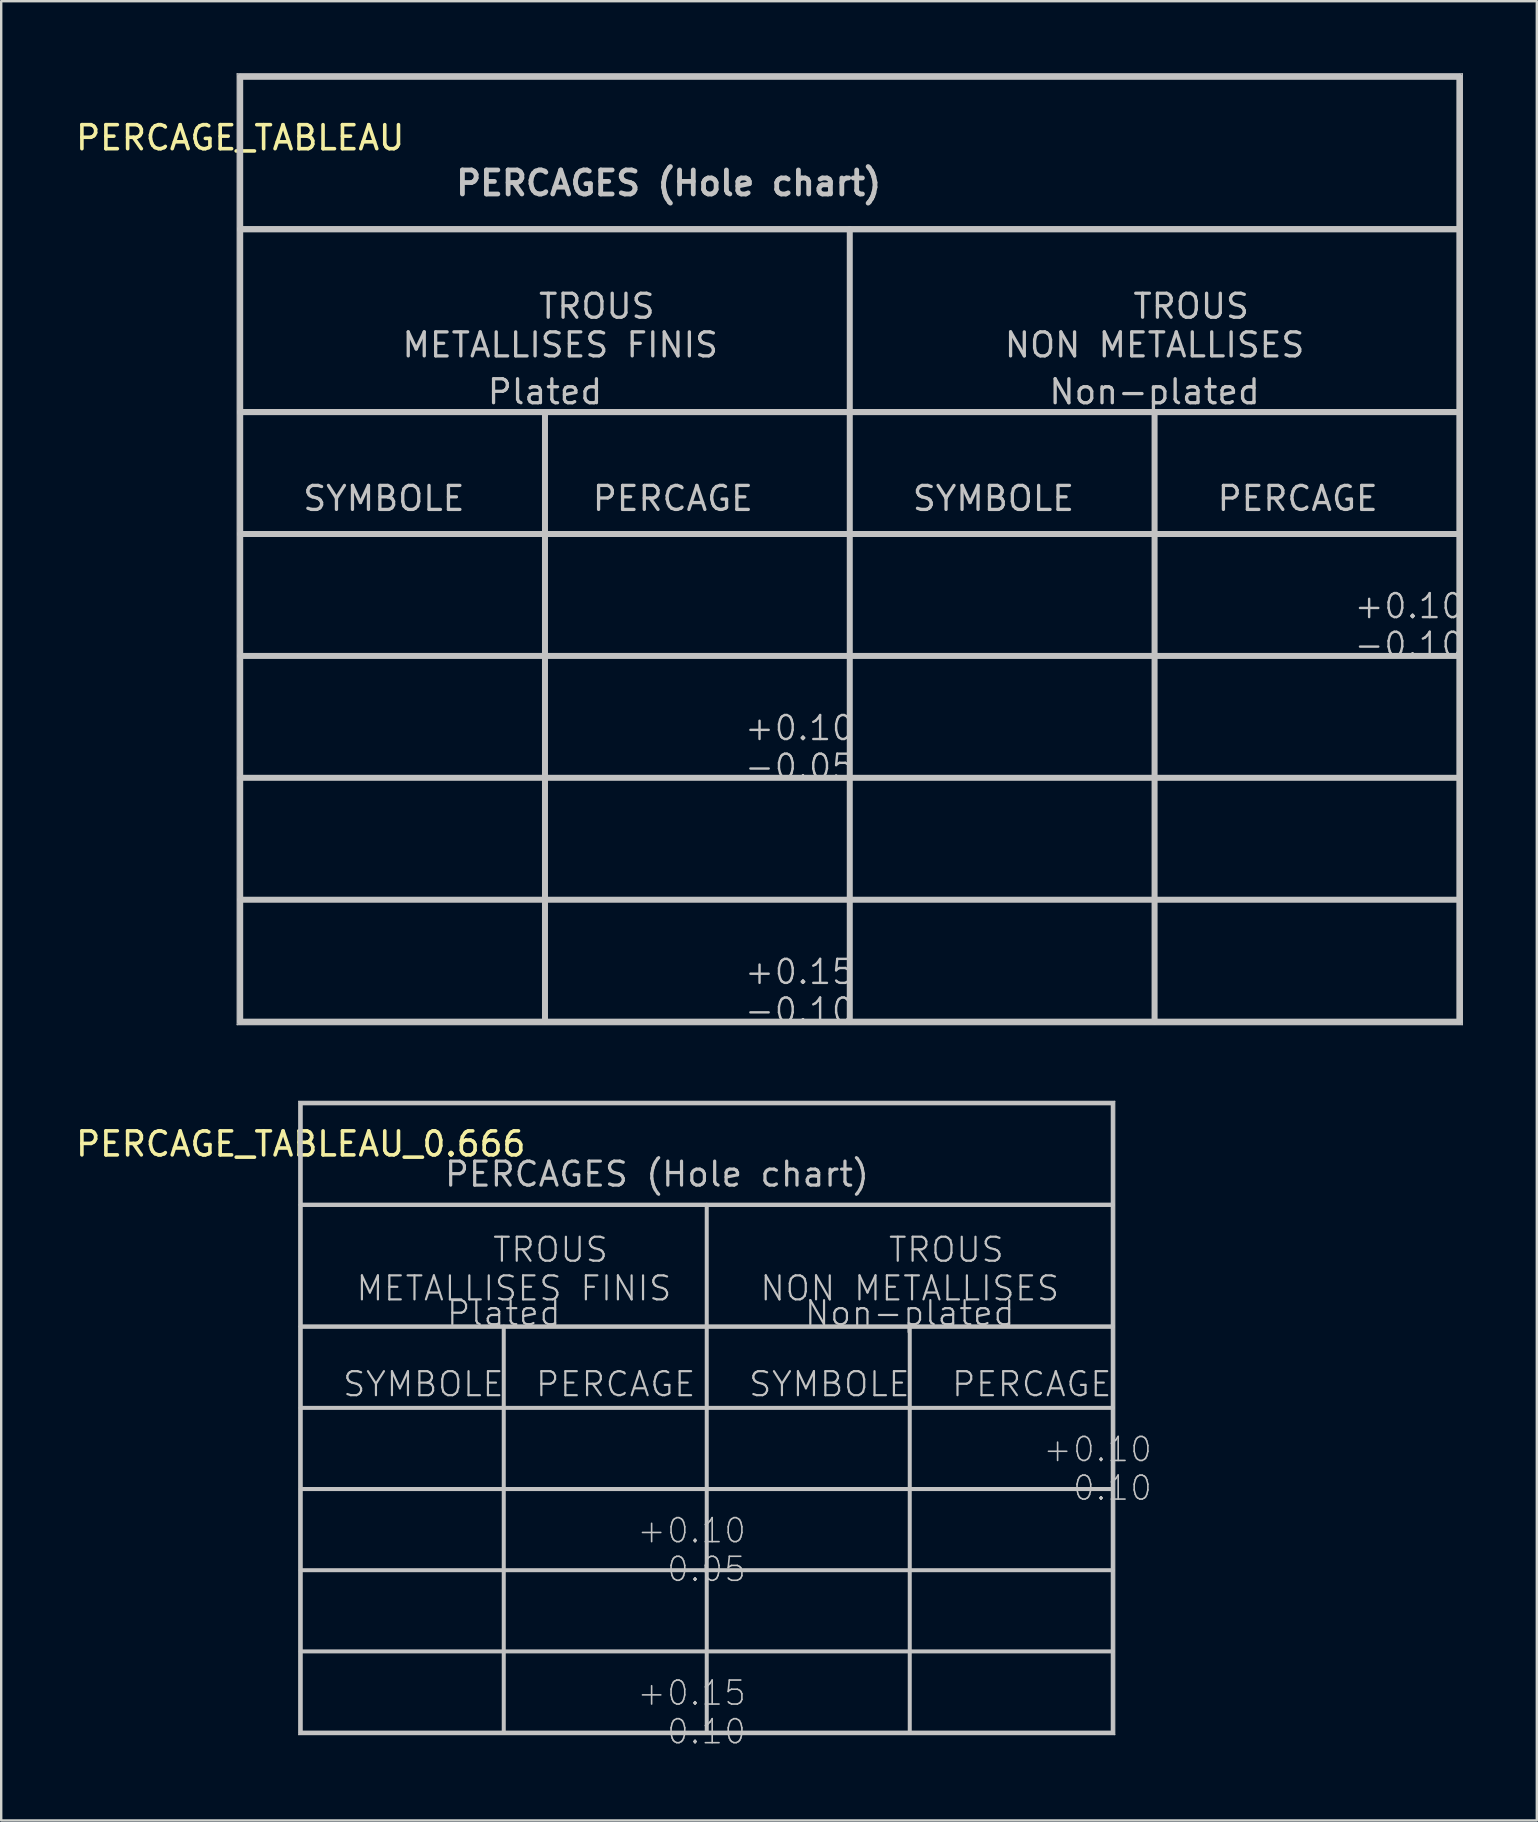
<source format=kicad_pcb>
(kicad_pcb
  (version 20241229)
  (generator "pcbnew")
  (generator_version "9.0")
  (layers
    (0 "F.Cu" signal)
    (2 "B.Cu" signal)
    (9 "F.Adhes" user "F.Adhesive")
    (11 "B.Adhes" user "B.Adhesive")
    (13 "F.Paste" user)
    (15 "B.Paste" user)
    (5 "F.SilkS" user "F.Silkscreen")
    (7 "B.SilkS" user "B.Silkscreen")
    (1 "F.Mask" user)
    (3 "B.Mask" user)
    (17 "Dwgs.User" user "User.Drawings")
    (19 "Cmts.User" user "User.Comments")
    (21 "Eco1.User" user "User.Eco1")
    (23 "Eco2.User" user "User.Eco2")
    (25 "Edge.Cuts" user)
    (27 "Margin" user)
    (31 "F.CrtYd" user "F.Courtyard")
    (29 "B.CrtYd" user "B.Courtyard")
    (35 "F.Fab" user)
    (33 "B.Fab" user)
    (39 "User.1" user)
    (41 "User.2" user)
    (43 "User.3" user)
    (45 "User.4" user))
  (footprint "PERCAGE_TABLEAU"
    (placed yes)
    (layer "F.Cu")
    (at 6.958 2.69)
    (property "Reference" "PERCAGE_TABLEAU" (at 0 0 0) (layer "F.SilkS") (effects (font (size 1 1) (thickness 0.15))))
    (attr through_hole)
    (fp_line (start -0.125 -2.665) (end 50.925 -2.665) (stroke (width 0.05) (type solid)) (layer "Dwgs.User"))
    (fp_line (start -0.125 36.955) (end -0.125 -2.665) (stroke (width 0.05) (type solid)) (layer "Dwgs.User"))
    (fp_line (start 0 -2.54) (end 0 3.81) (stroke (width 0.25) (type solid)) (layer "Dwgs.User"))
    (fp_line (start 0 3.81) (end 0 11.43) (stroke (width 0.25) (type solid)) (layer "Dwgs.User"))
    (fp_line (start 0 3.81) (end 50.8 3.81) (stroke (width 0.25) (type solid)) (layer "Dwgs.User"))
    (fp_line (start 0 11.43) (end 0 16.51) (stroke (width 0.25) (type solid)) (layer "Dwgs.User"))
    (fp_line (start 0 11.43) (end 50.8 11.43) (stroke (width 0.25) (type solid)) (layer "Dwgs.User"))
    (fp_line (start 0 16.51) (end 0 36.83) (stroke (width 0.25) (type solid)) (layer "Dwgs.User"))
    (fp_line (start 0 16.51) (end 50.8 16.51) (stroke (width 0.25) (type solid)) (layer "Dwgs.User"))
    (fp_line (start 0 21.59) (end 50.8 21.59) (stroke (width 0.25) (type solid)) (layer "Dwgs.User"))
    (fp_line (start 0 26.67) (end 50.8 26.67) (stroke (width 0.25) (type solid)) (layer "Dwgs.User"))
    (fp_line (start 0 31.75) (end 50.8 31.75) (stroke (width 0.25) (type solid)) (layer "Dwgs.User"))
    (fp_line (start 0 36.83) (end 50.8 36.83) (stroke (width 0.25) (type solid)) (layer "Dwgs.User"))
    (fp_line (start 12.7 11.43) (end 12.7 16.51) (stroke (width 0.25) (type solid)) (layer "Dwgs.User"))
    (fp_line (start 12.7 16.51) (end 12.7 36.83) (stroke (width 0.25) (type solid)) (layer "Dwgs.User"))
    (fp_line (start 25.4 3.81) (end 25.4 16.51) (stroke (width 0.25) (type solid)) (layer "Dwgs.User"))
    (fp_line (start 25.4 16.51) (end 25.4 36.83) (stroke (width 0.25) (type solid)) (layer "Dwgs.User"))
    (fp_line (start 38.1 16.51) (end 38.1 11.43) (stroke (width 0.25) (type solid)) (layer "Dwgs.User"))
    (fp_line (start 38.1 16.51) (end 38.1 36.83) (stroke (width 0.25) (type solid)) (layer "Dwgs.User"))
    (fp_line (start 50.8 -2.54) (end 0 -2.54) (stroke (width 0.25) (type solid)) (layer "Dwgs.User"))
    (fp_line (start 50.8 3.81) (end 0 3.81) (stroke (width 0.25) (type solid)) (layer "Dwgs.User"))
    (fp_line (start 50.8 3.81) (end 50.8 -2.54) (stroke (width 0.25) (type solid)) (layer "Dwgs.User"))
    (fp_line (start 50.8 11.43) (end 0 11.43) (stroke (width 0.25) (type solid)) (layer "Dwgs.User"))
    (fp_line (start 50.8 11.43) (end 50.8 3.81) (stroke (width 0.25) (type solid)) (layer "Dwgs.User"))
    (fp_line (start 50.8 16.51) (end 50.8 11.43) (stroke (width 0.25) (type solid)) (layer "Dwgs.User"))
    (fp_line (start 50.8 16.51) (end 50.8 36.83) (stroke (width 0.25) (type solid)) (layer "Dwgs.User"))
    (fp_line (start 50.925 -2.665) (end 50.925 36.955) (stroke (width 0.05) (type solid)) (layer "Dwgs.User"))
    (fp_line (start 50.925 36.955) (end -0.125 36.955) (stroke (width 0.05) (type solid)) (layer "Dwgs.User"))
    (fp_text user "+0.10\n-0.05" (at 20.955 25.4 0) (layer "Dwgs.User") (effects (font (size 1 1) (thickness 0.1)) (justify left)))
    (fp_text user "Non-plated" (at 38.1 10.585 0) (layer "Dwgs.User") (effects (font (size 1 1) (thickness 0.137))))
    (fp_text user "+0.15\n-0.10" (at 20.955 35.56 0) (layer "Dwgs.User") (effects (font (size 1 1) (thickness 0.1)) (justify left)))
    (fp_text user "+0.10\n-0.10" (at 46.355 20.32 0) (layer "Dwgs.User") (effects (font (size 1 1) (thickness 0.1)) (justify left)))
    (fp_text user "Plated" (at 12.7 10.585 0) (layer "Dwgs.User") (effects (font (size 1 1) (thickness 0.137))))
    (fp_text user "PERCAGE" (at 40.64 15.03 0) (layer "Dwgs.User") (effects (font (size 1 1) (thickness 0.137)) (justify left)))
    (fp_text user "PERCAGE" (at 14.605 15.03 0) (layer "Dwgs.User") (effects (font (size 1 1) (thickness 0.137)) (justify left)))
    (fp_text user "SYMBOLE" (at 2.54 15.03 0) (layer "Dwgs.User") (effects (font (size 1 1) (thickness 0.137)) (justify left)))
    (fp_text user "    TROUS\nNON METALLISES" (at 38.1 7.827 0) (layer "Dwgs.User") (effects (font (size 1 1) (thickness 0.137))))
    (fp_text user "     TROUS \nMETALLISES FINIS" (at 13.335 7.827 0) (layer "Dwgs.User") (effects (font (size 1 1) (thickness 0.137))))
    (fp_text user "SYMBOLE" (at 27.94 15.03 0) (layer "Dwgs.User") (effects (font (size 1 1) (thickness 0.137)) (justify left)))
    (fp_text user "PERCAGES (Hole chart)" (at 8.89 1.89 0) (layer "Dwgs.User") (effects (font (size 1 1) (thickness 0.2)) (justify left))))
  (footprint "PERCAGE_TABLEAU_0.666"
    (placed yes)
    (layer "F.Cu")
    (at 9.482 44.615)
    (property "Reference" "PERCAGE_TABLEAU_0.666" (at 0 0 0) (layer "F.SilkS") (effects (font (size 1 1) (thickness 0.15))))
    (attr through_hole)
    (fp_line (start -0.083 -1.775) (end 33.916 -1.775) (stroke (width 0.05) (type solid)) (layer "Dwgs.User"))
    (fp_line (start -0.083 24.612) (end -0.083 -1.775) (stroke (width 0.05) (type solid)) (layer "Dwgs.User"))
    (fp_line (start 0 -1.692) (end 0 2.537) (stroke (width 0.167) (type solid)) (layer "Dwgs.User"))
    (fp_line (start 0 2.537) (end 0 7.612) (stroke (width 0.167) (type solid)) (layer "Dwgs.User"))
    (fp_line (start 0 2.537) (end 33.833 2.537) (stroke (width 0.167) (type solid)) (layer "Dwgs.User"))
    (fp_line (start 0 7.612) (end 0 10.996) (stroke (width 0.167) (type solid)) (layer "Dwgs.User"))
    (fp_line (start 0 7.612) (end 33.833 7.612) (stroke (width 0.167) (type solid)) (layer "Dwgs.User"))
    (fp_line (start 0 10.996) (end 0 24.529) (stroke (width 0.167) (type solid)) (layer "Dwgs.User"))
    (fp_line (start 0 10.996) (end 33.833 10.996) (stroke (width 0.167) (type solid)) (layer "Dwgs.User"))
    (fp_line (start 0 14.379) (end 33.833 14.379) (stroke (width 0.167) (type solid)) (layer "Dwgs.User"))
    (fp_line (start 0 17.762) (end 33.833 17.762) (stroke (width 0.167) (type solid)) (layer "Dwgs.User"))
    (fp_line (start 0 21.145) (end 33.833 21.145) (stroke (width 0.167) (type solid)) (layer "Dwgs.User"))
    (fp_line (start 0 24.529) (end 33.833 24.529) (stroke (width 0.167) (type solid)) (layer "Dwgs.User"))
    (fp_line (start 8.458 7.612) (end 8.458 10.996) (stroke (width 0.167) (type solid)) (layer "Dwgs.User"))
    (fp_line (start 8.458 10.996) (end 8.458 24.529) (stroke (width 0.167) (type solid)) (layer "Dwgs.User"))
    (fp_line (start 16.916 2.537) (end 16.916 10.996) (stroke (width 0.167) (type solid)) (layer "Dwgs.User"))
    (fp_line (start 16.916 10.996) (end 16.916 24.529) (stroke (width 0.167) (type solid)) (layer "Dwgs.User"))
    (fp_line (start 25.375 10.996) (end 25.375 7.612) (stroke (width 0.167) (type solid)) (layer "Dwgs.User"))
    (fp_line (start 25.375 10.996) (end 25.375 24.529) (stroke (width 0.167) (type solid)) (layer "Dwgs.User"))
    (fp_line (start 33.833 -1.692) (end 0 -1.692) (stroke (width 0.167) (type solid)) (layer "Dwgs.User"))
    (fp_line (start 33.833 2.537) (end 0 2.537) (stroke (width 0.167) (type solid)) (layer "Dwgs.User"))
    (fp_line (start 33.833 2.537) (end 33.833 -1.692) (stroke (width 0.167) (type solid)) (layer "Dwgs.User"))
    (fp_line (start 33.833 7.612) (end 0 7.612) (stroke (width 0.167) (type solid)) (layer "Dwgs.User"))
    (fp_line (start 33.833 7.612) (end 33.833 2.537) (stroke (width 0.167) (type solid)) (layer "Dwgs.User"))
    (fp_line (start 33.833 10.996) (end 33.833 7.612) (stroke (width 0.167) (type solid)) (layer "Dwgs.User"))
    (fp_line (start 33.833 10.996) (end 33.833 24.529) (stroke (width 0.167) (type solid)) (layer "Dwgs.User"))
    (fp_line (start 33.916 -1.775) (end 33.916 24.612) (stroke (width 0.05) (type solid)) (layer "Dwgs.User"))
    (fp_line (start 33.916 24.612) (end -0.083 24.612) (stroke (width 0.05) (type solid)) (layer "Dwgs.User"))
    (fp_text user "SYMBOLE" (at 18.608 10.01 0) (layer "Dwgs.User") (effects (font (size 1 1) (thickness 0.091)) (justify left)))
    (fp_text user "SYMBOLE" (at 1.692 10.01 0) (layer "Dwgs.User") (effects (font (size 1 1) (thickness 0.091)) (justify left)))
    (fp_text user "+0.10\n-0.10" (at 30.872 13.533 0) (layer "Dwgs.User") (effects (font (size 1 1) (thickness 0.067)) (justify left)))
    (fp_text user "    TROUS\nNON METALLISES" (at 25.375 5.213 0) (layer "Dwgs.User") (effects (font (size 1 1) (thickness 0.091))))
    (fp_text user "     TROUS \nMETALLISES FINIS" (at 8.881 5.213 0) (layer "Dwgs.User") (effects (font (size 1 1) (thickness 0.091))))
    (fp_text user "PERCAGES (Hole chart)" (at 5.921 1.259 0) (layer "Dwgs.User") (effects (font (size 1 1) (thickness 0.133)) (justify left)))
    (fp_text user "PERCAGE" (at 9.727 10.01 0) (layer "Dwgs.User") (effects (font (size 1 1) (thickness 0.091)) (justify left)))
    (fp_text user "Plated" (at 8.458 7.05 0) (layer "Dwgs.User") (effects (font (size 1 1) (thickness 0.091))))
    (fp_text user "Non-plated" (at 25.375 7.05 0) (layer "Dwgs.User") (effects (font (size 1 1) (thickness 0.091))))
    (fp_text user "PERCAGE" (at 27.066 10.01 0) (layer "Dwgs.User") (effects (font (size 1 1) (thickness 0.091)) (justify left)))
    (fp_text user "+0.15\n-0.10" (at 13.956 23.683 0) (layer "Dwgs.User") (effects (font (size 1 1) (thickness 0.067)) (justify left)))
    (fp_text user "+0.10\n-0.05" (at 13.956 16.916 0) (layer "Dwgs.User") (effects (font (size 1 1) (thickness 0.067)) (justify left))))
  (gr_rect
    (start -3 -3)
    (end 60.985 72.805)
    (stroke (width 0.1) (type default))
    (fill no)
    (layer "Edge.Cuts")))
</source>
